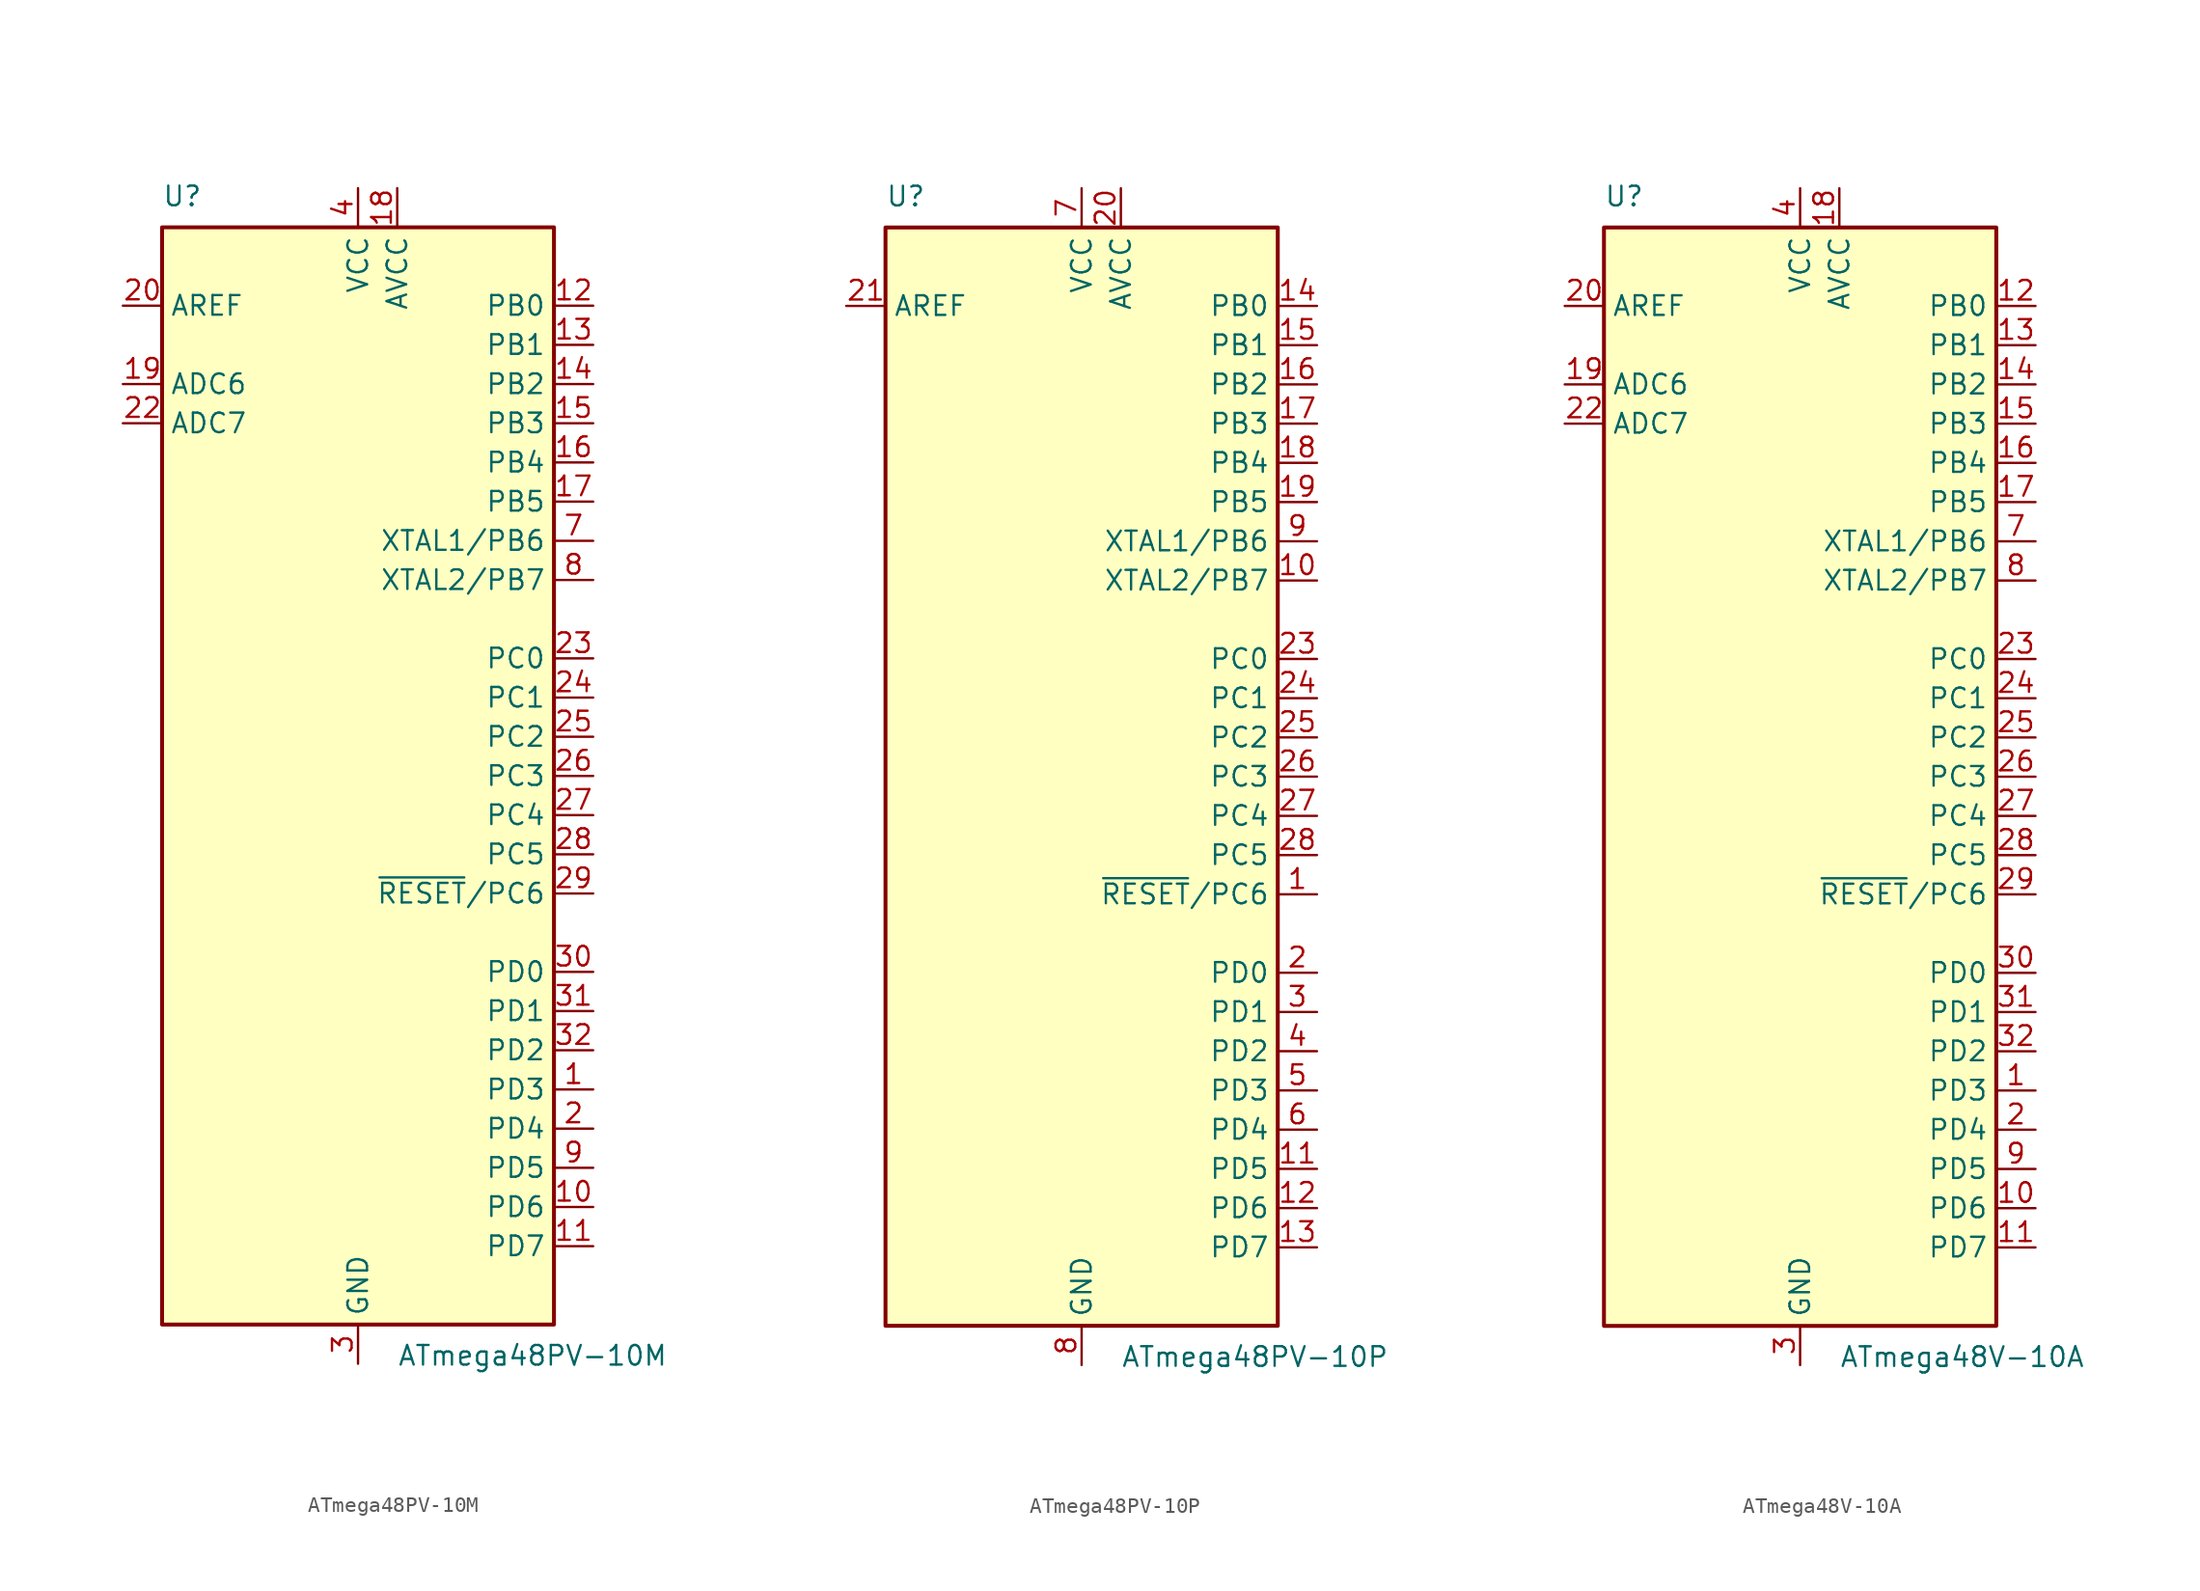
<source format=kicad_sym>
(kicad_symbol_lib
  (version 20211014)
  (generator kicad_symbol_editor)
  (symbol "ATmega48PV-10M"
    (property "Reference" "U"
      (at -12.7 36.83 0)
      (effects (font (size 1.27 1.27)) (justify left bottom)))
    (property "Value" "ATmega48PV-10M"
      (at 2.54 -36.83 0)
      (effects (font (size 1.27 1.27)) (justify left top)))
    (symbol "ATmega48PV-10M_0_1"
      (rectangle (start -12.7 -35.56) (end 12.7 35.56) (stroke (width 0.254) (type default) (color 0 0 0 0)) (fill (type background))))
    (symbol "ATmega48PV-10M_1_1"
      (pin bidirectional line (at 15.24 -20.32 180) (length 2.54) (name "PD3" (effects (font (size 1.27 1.27)))) (number "1" (effects (font (size 1.27 1.27)))))
      (pin bidirectional line (at 15.24 -27.94 180) (length 2.54) (name "PD6" (effects (font (size 1.27 1.27)))) (number "10" (effects (font (size 1.27 1.27)))))
      (pin bidirectional line (at 15.24 -30.48 180) (length 2.54) (name "PD7" (effects (font (size 1.27 1.27)))) (number "11" (effects (font (size 1.27 1.27)))))
      (pin bidirectional line (at 15.24 30.48 180) (length 2.54) (name "PB0" (effects (font (size 1.27 1.27)))) (number "12" (effects (font (size 1.27 1.27)))))
      (pin bidirectional line (at 15.24 27.94 180) (length 2.54) (name "PB1" (effects (font (size 1.27 1.27)))) (number "13" (effects (font (size 1.27 1.27)))))
      (pin bidirectional line (at 15.24 25.4 180) (length 2.54) (name "PB2" (effects (font (size 1.27 1.27)))) (number "14" (effects (font (size 1.27 1.27)))))
      (pin bidirectional line (at 15.24 22.86 180) (length 2.54) (name "PB3" (effects (font (size 1.27 1.27)))) (number "15" (effects (font (size 1.27 1.27)))))
      (pin bidirectional line (at 15.24 20.32 180) (length 2.54) (name "PB4" (effects (font (size 1.27 1.27)))) (number "16" (effects (font (size 1.27 1.27)))))
      (pin bidirectional line (at 15.24 17.78 180) (length 2.54) (name "PB5" (effects (font (size 1.27 1.27)))) (number "17" (effects (font (size 1.27 1.27)))))
      (pin power_in line (at 2.54 38.1 270) (length 2.54) (name "AVCC" (effects (font (size 1.27 1.27)))) (number "18" (effects (font (size 1.27 1.27)))))
      (pin input line (at -15.24 25.4 0) (length 2.54) (name "ADC6" (effects (font (size 1.27 1.27)))) (number "19" (effects (font (size 1.27 1.27)))))
      (pin bidirectional line (at 15.24 -22.86 180) (length 2.54) (name "PD4" (effects (font (size 1.27 1.27)))) (number "2" (effects (font (size 1.27 1.27)))))
      (pin passive line (at -15.24 30.48 0) (length 2.54) (name "AREF" (effects (font (size 1.27 1.27)))) (number "20" (effects (font (size 1.27 1.27)))))
      (pin passive line (at 0 -38.1 90) (length 2.54) hide (name "GND" (effects (font (size 1.27 1.27)))) (number "21" (effects (font (size 1.27 1.27)))))
      (pin input line (at -15.24 22.86 0) (length 2.54) (name "ADC7" (effects (font (size 1.27 1.27)))) (number "22" (effects (font (size 1.27 1.27)))))
      (pin bidirectional line (at 15.24 7.62 180) (length 2.54) (name "PC0" (effects (font (size 1.27 1.27)))) (number "23" (effects (font (size 1.27 1.27)))))
      (pin bidirectional line (at 15.24 5.08 180) (length 2.54) (name "PC1" (effects (font (size 1.27 1.27)))) (number "24" (effects (font (size 1.27 1.27)))))
      (pin bidirectional line (at 15.24 2.54 180) (length 2.54) (name "PC2" (effects (font (size 1.27 1.27)))) (number "25" (effects (font (size 1.27 1.27)))))
      (pin bidirectional line (at 15.24 0 180) (length 2.54) (name "PC3" (effects (font (size 1.27 1.27)))) (number "26" (effects (font (size 1.27 1.27)))))
      (pin bidirectional line (at 15.24 -2.54 180) (length 2.54) (name "PC4" (effects (font (size 1.27 1.27)))) (number "27" (effects (font (size 1.27 1.27)))))
      (pin bidirectional line (at 15.24 -5.08 180) (length 2.54) (name "PC5" (effects (font (size 1.27 1.27)))) (number "28" (effects (font (size 1.27 1.27)))))
      (pin bidirectional line (at 15.24 -7.62 180) (length 2.54) (name "~{RESET}/PC6" (effects (font (size 1.27 1.27)))) (number "29" (effects (font (size 1.27 1.27)))))
      (pin power_in line (at 0 -38.1 90) (length 2.54) (name "GND" (effects (font (size 1.27 1.27)))) (number "3" (effects (font (size 1.27 1.27)))))
      (pin bidirectional line (at 15.24 -12.7 180) (length 2.54) (name "PD0" (effects (font (size 1.27 1.27)))) (number "30" (effects (font (size 1.27 1.27)))))
      (pin bidirectional line (at 15.24 -15.24 180) (length 2.54) (name "PD1" (effects (font (size 1.27 1.27)))) (number "31" (effects (font (size 1.27 1.27)))))
      (pin bidirectional line (at 15.24 -17.78 180) (length 2.54) (name "PD2" (effects (font (size 1.27 1.27)))) (number "32" (effects (font (size 1.27 1.27)))))
      (pin passive line (at 0 -38.1 90) (length 2.54) hide (name "GND" (effects (font (size 1.27 1.27)))) (number "33" (effects (font (size 1.27 1.27)))))
      (pin power_in line (at 0 38.1 270) (length 2.54) (name "VCC" (effects (font (size 1.27 1.27)))) (number "4" (effects (font (size 1.27 1.27)))))
      (pin passive line (at 0 -38.1 90) (length 2.54) hide (name "GND" (effects (font (size 1.27 1.27)))) (number "5" (effects (font (size 1.27 1.27)))))
      (pin passive line (at 0 38.1 270) (length 2.54) hide (name "VCC" (effects (font (size 1.27 1.27)))) (number "6" (effects (font (size 1.27 1.27)))))
      (pin bidirectional line (at 15.24 15.24 180) (length 2.54) (name "XTAL1/PB6" (effects (font (size 1.27 1.27)))) (number "7" (effects (font (size 1.27 1.27)))))
      (pin bidirectional line (at 15.24 12.7 180) (length 2.54) (name "XTAL2/PB7" (effects (font (size 1.27 1.27)))) (number "8" (effects (font (size 1.27 1.27)))))
      (pin bidirectional line (at 15.24 -25.4 180) (length 2.54) (name "PD5" (effects (font (size 1.27 1.27)))) (number "9" (effects (font (size 1.27 1.27)))))))
  (symbol "ATmega48PV-10P"
    (property "Reference" "U"
      (at -12.7 36.83 0)
      (effects (font (size 1.27 1.27)) (justify left bottom)))
    (property "Value" "ATmega48PV-10P"
      (at 2.54 -36.83 0)
      (effects (font (size 1.27 1.27)) (justify left top)))
    (symbol "ATmega48PV-10P_0_1"
      (rectangle (start -12.7 -35.56) (end 12.7 35.56) (stroke (width 0.254) (type default) (color 0 0 0 0)) (fill (type background))))
    (symbol "ATmega48PV-10P_1_1"
      (pin bidirectional line (at 15.24 -7.62 180) (length 2.54) (name "~{RESET}/PC6" (effects (font (size 1.27 1.27)))) (number "1" (effects (font (size 1.27 1.27)))))
      (pin bidirectional line (at 15.24 12.7 180) (length 2.54) (name "XTAL2/PB7" (effects (font (size 1.27 1.27)))) (number "10" (effects (font (size 1.27 1.27)))))
      (pin bidirectional line (at 15.24 -25.4 180) (length 2.54) (name "PD5" (effects (font (size 1.27 1.27)))) (number "11" (effects (font (size 1.27 1.27)))))
      (pin bidirectional line (at 15.24 -27.94 180) (length 2.54) (name "PD6" (effects (font (size 1.27 1.27)))) (number "12" (effects (font (size 1.27 1.27)))))
      (pin bidirectional line (at 15.24 -30.48 180) (length 2.54) (name "PD7" (effects (font (size 1.27 1.27)))) (number "13" (effects (font (size 1.27 1.27)))))
      (pin bidirectional line (at 15.24 30.48 180) (length 2.54) (name "PB0" (effects (font (size 1.27 1.27)))) (number "14" (effects (font (size 1.27 1.27)))))
      (pin bidirectional line (at 15.24 27.94 180) (length 2.54) (name "PB1" (effects (font (size 1.27 1.27)))) (number "15" (effects (font (size 1.27 1.27)))))
      (pin bidirectional line (at 15.24 25.4 180) (length 2.54) (name "PB2" (effects (font (size 1.27 1.27)))) (number "16" (effects (font (size 1.27 1.27)))))
      (pin bidirectional line (at 15.24 22.86 180) (length 2.54) (name "PB3" (effects (font (size 1.27 1.27)))) (number "17" (effects (font (size 1.27 1.27)))))
      (pin bidirectional line (at 15.24 20.32 180) (length 2.54) (name "PB4" (effects (font (size 1.27 1.27)))) (number "18" (effects (font (size 1.27 1.27)))))
      (pin bidirectional line (at 15.24 17.78 180) (length 2.54) (name "PB5" (effects (font (size 1.27 1.27)))) (number "19" (effects (font (size 1.27 1.27)))))
      (pin bidirectional line (at 15.24 -12.7 180) (length 2.54) (name "PD0" (effects (font (size 1.27 1.27)))) (number "2" (effects (font (size 1.27 1.27)))))
      (pin power_in line (at 2.54 38.1 270) (length 2.54) (name "AVCC" (effects (font (size 1.27 1.27)))) (number "20" (effects (font (size 1.27 1.27)))))
      (pin passive line (at -15.24 30.48 0) (length 2.54) (name "AREF" (effects (font (size 1.27 1.27)))) (number "21" (effects (font (size 1.27 1.27)))))
      (pin passive line (at 0 -38.1 90) (length 2.54) hide (name "GND" (effects (font (size 1.27 1.27)))) (number "22" (effects (font (size 1.27 1.27)))))
      (pin bidirectional line (at 15.24 7.62 180) (length 2.54) (name "PC0" (effects (font (size 1.27 1.27)))) (number "23" (effects (font (size 1.27 1.27)))))
      (pin bidirectional line (at 15.24 5.08 180) (length 2.54) (name "PC1" (effects (font (size 1.27 1.27)))) (number "24" (effects (font (size 1.27 1.27)))))
      (pin bidirectional line (at 15.24 2.54 180) (length 2.54) (name "PC2" (effects (font (size 1.27 1.27)))) (number "25" (effects (font (size 1.27 1.27)))))
      (pin bidirectional line (at 15.24 0 180) (length 2.54) (name "PC3" (effects (font (size 1.27 1.27)))) (number "26" (effects (font (size 1.27 1.27)))))
      (pin bidirectional line (at 15.24 -2.54 180) (length 2.54) (name "PC4" (effects (font (size 1.27 1.27)))) (number "27" (effects (font (size 1.27 1.27)))))
      (pin bidirectional line (at 15.24 -5.08 180) (length 2.54) (name "PC5" (effects (font (size 1.27 1.27)))) (number "28" (effects (font (size 1.27 1.27)))))
      (pin bidirectional line (at 15.24 -15.24 180) (length 2.54) (name "PD1" (effects (font (size 1.27 1.27)))) (number "3" (effects (font (size 1.27 1.27)))))
      (pin bidirectional line (at 15.24 -17.78 180) (length 2.54) (name "PD2" (effects (font (size 1.27 1.27)))) (number "4" (effects (font (size 1.27 1.27)))))
      (pin bidirectional line (at 15.24 -20.32 180) (length 2.54) (name "PD3" (effects (font (size 1.27 1.27)))) (number "5" (effects (font (size 1.27 1.27)))))
      (pin bidirectional line (at 15.24 -22.86 180) (length 2.54) (name "PD4" (effects (font (size 1.27 1.27)))) (number "6" (effects (font (size 1.27 1.27)))))
      (pin power_in line (at 0 38.1 270) (length 2.54) (name "VCC" (effects (font (size 1.27 1.27)))) (number "7" (effects (font (size 1.27 1.27)))))
      (pin power_in line (at 0 -38.1 90) (length 2.54) (name "GND" (effects (font (size 1.27 1.27)))) (number "8" (effects (font (size 1.27 1.27)))))
      (pin bidirectional line (at 15.24 15.24 180) (length 2.54) (name "XTAL1/PB6" (effects (font (size 1.27 1.27)))) (number "9" (effects (font (size 1.27 1.27)))))))
  (symbol "ATmega48V-10A"
    (property "Reference" "U"
      (at -12.7 36.83 0)
      (effects (font (size 1.27 1.27)) (justify left bottom)))
    (property "Value" "ATmega48V-10A"
      (at 2.54 -36.83 0)
      (effects (font (size 1.27 1.27)) (justify left top)))
    (symbol "ATmega48V-10A_0_1"
      (rectangle (start -12.7 -35.56) (end 12.7 35.56) (stroke (width 0.254) (type default) (color 0 0 0 0)) (fill (type background))))
    (symbol "ATmega48V-10A_1_1"
      (pin bidirectional line (at 15.24 -20.32 180) (length 2.54) (name "PD3" (effects (font (size 1.27 1.27)))) (number "1" (effects (font (size 1.27 1.27)))))
      (pin bidirectional line (at 15.24 -27.94 180) (length 2.54) (name "PD6" (effects (font (size 1.27 1.27)))) (number "10" (effects (font (size 1.27 1.27)))))
      (pin bidirectional line (at 15.24 -30.48 180) (length 2.54) (name "PD7" (effects (font (size 1.27 1.27)))) (number "11" (effects (font (size 1.27 1.27)))))
      (pin bidirectional line (at 15.24 30.48 180) (length 2.54) (name "PB0" (effects (font (size 1.27 1.27)))) (number "12" (effects (font (size 1.27 1.27)))))
      (pin bidirectional line (at 15.24 27.94 180) (length 2.54) (name "PB1" (effects (font (size 1.27 1.27)))) (number "13" (effects (font (size 1.27 1.27)))))
      (pin bidirectional line (at 15.24 25.4 180) (length 2.54) (name "PB2" (effects (font (size 1.27 1.27)))) (number "14" (effects (font (size 1.27 1.27)))))
      (pin bidirectional line (at 15.24 22.86 180) (length 2.54) (name "PB3" (effects (font (size 1.27 1.27)))) (number "15" (effects (font (size 1.27 1.27)))))
      (pin bidirectional line (at 15.24 20.32 180) (length 2.54) (name "PB4" (effects (font (size 1.27 1.27)))) (number "16" (effects (font (size 1.27 1.27)))))
      (pin bidirectional line (at 15.24 17.78 180) (length 2.54) (name "PB5" (effects (font (size 1.27 1.27)))) (number "17" (effects (font (size 1.27 1.27)))))
      (pin power_in line (at 2.54 38.1 270) (length 2.54) (name "AVCC" (effects (font (size 1.27 1.27)))) (number "18" (effects (font (size 1.27 1.27)))))
      (pin input line (at -15.24 25.4 0) (length 2.54) (name "ADC6" (effects (font (size 1.27 1.27)))) (number "19" (effects (font (size 1.27 1.27)))))
      (pin bidirectional line (at 15.24 -22.86 180) (length 2.54) (name "PD4" (effects (font (size 1.27 1.27)))) (number "2" (effects (font (size 1.27 1.27)))))
      (pin passive line (at -15.24 30.48 0) (length 2.54) (name "AREF" (effects (font (size 1.27 1.27)))) (number "20" (effects (font (size 1.27 1.27)))))
      (pin passive line (at 0 -38.1 90) (length 2.54) hide (name "GND" (effects (font (size 1.27 1.27)))) (number "21" (effects (font (size 1.27 1.27)))))
      (pin input line (at -15.24 22.86 0) (length 2.54) (name "ADC7" (effects (font (size 1.27 1.27)))) (number "22" (effects (font (size 1.27 1.27)))))
      (pin bidirectional line (at 15.24 7.62 180) (length 2.54) (name "PC0" (effects (font (size 1.27 1.27)))) (number "23" (effects (font (size 1.27 1.27)))))
      (pin bidirectional line (at 15.24 5.08 180) (length 2.54) (name "PC1" (effects (font (size 1.27 1.27)))) (number "24" (effects (font (size 1.27 1.27)))))
      (pin bidirectional line (at 15.24 2.54 180) (length 2.54) (name "PC2" (effects (font (size 1.27 1.27)))) (number "25" (effects (font (size 1.27 1.27)))))
      (pin bidirectional line (at 15.24 0 180) (length 2.54) (name "PC3" (effects (font (size 1.27 1.27)))) (number "26" (effects (font (size 1.27 1.27)))))
      (pin bidirectional line (at 15.24 -2.54 180) (length 2.54) (name "PC4" (effects (font (size 1.27 1.27)))) (number "27" (effects (font (size 1.27 1.27)))))
      (pin bidirectional line (at 15.24 -5.08 180) (length 2.54) (name "PC5" (effects (font (size 1.27 1.27)))) (number "28" (effects (font (size 1.27 1.27)))))
      (pin bidirectional line (at 15.24 -7.62 180) (length 2.54) (name "~{RESET}/PC6" (effects (font (size 1.27 1.27)))) (number "29" (effects (font (size 1.27 1.27)))))
      (pin power_in line (at 0 -38.1 90) (length 2.54) (name "GND" (effects (font (size 1.27 1.27)))) (number "3" (effects (font (size 1.27 1.27)))))
      (pin bidirectional line (at 15.24 -12.7 180) (length 2.54) (name "PD0" (effects (font (size 1.27 1.27)))) (number "30" (effects (font (size 1.27 1.27)))))
      (pin bidirectional line (at 15.24 -15.24 180) (length 2.54) (name "PD1" (effects (font (size 1.27 1.27)))) (number "31" (effects (font (size 1.27 1.27)))))
      (pin bidirectional line (at 15.24 -17.78 180) (length 2.54) (name "PD2" (effects (font (size 1.27 1.27)))) (number "32" (effects (font (size 1.27 1.27)))))
      (pin power_in line (at 0 38.1 270) (length 2.54) (name "VCC" (effects (font (size 1.27 1.27)))) (number "4" (effects (font (size 1.27 1.27)))))
      (pin passive line (at 0 -38.1 90) (length 2.54) hide (name "GND" (effects (font (size 1.27 1.27)))) (number "5" (effects (font (size 1.27 1.27)))))
      (pin passive line (at 0 38.1 270) (length 2.54) hide (name "VCC" (effects (font (size 1.27 1.27)))) (number "6" (effects (font (size 1.27 1.27)))))
      (pin bidirectional line (at 15.24 15.24 180) (length 2.54) (name "XTAL1/PB6" (effects (font (size 1.27 1.27)))) (number "7" (effects (font (size 1.27 1.27)))))
      (pin bidirectional line (at 15.24 12.7 180) (length 2.54) (name "XTAL2/PB7" (effects (font (size 1.27 1.27)))) (number "8" (effects (font (size 1.27 1.27)))))
      (pin bidirectional line (at 15.24 -25.4 180) (length 2.54) (name "PD5" (effects (font (size 1.27 1.27)))) (number "9" (effects (font (size 1.27 1.27))))))))
</source>
